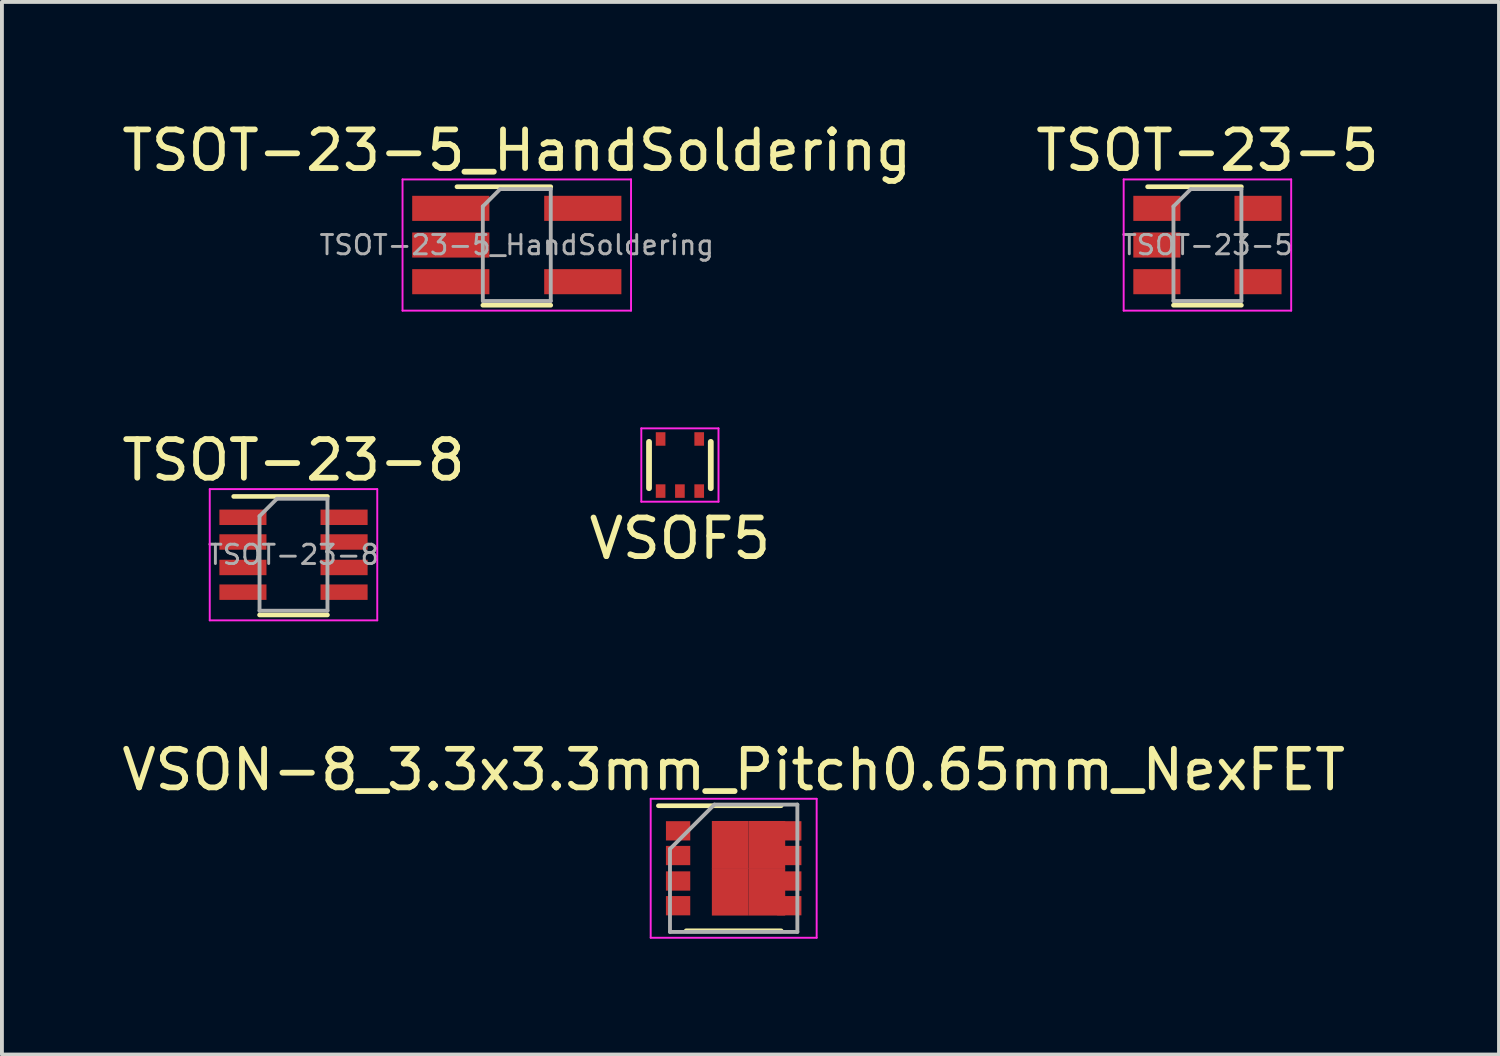
<source format=kicad_pcb>
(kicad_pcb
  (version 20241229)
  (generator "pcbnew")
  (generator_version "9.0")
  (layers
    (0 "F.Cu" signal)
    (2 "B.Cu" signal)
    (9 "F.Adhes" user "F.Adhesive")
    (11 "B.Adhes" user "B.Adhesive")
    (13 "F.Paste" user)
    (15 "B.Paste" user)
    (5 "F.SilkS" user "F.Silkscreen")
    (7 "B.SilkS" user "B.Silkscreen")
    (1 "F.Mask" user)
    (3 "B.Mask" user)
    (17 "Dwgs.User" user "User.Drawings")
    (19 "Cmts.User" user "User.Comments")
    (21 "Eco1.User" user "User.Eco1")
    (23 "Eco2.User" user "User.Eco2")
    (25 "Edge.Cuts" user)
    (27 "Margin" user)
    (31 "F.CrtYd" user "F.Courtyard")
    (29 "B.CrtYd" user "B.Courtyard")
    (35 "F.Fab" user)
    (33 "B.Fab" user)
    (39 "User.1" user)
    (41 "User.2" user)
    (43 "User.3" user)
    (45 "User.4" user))
  (footprint "VSON-8_3.3x3.3mm_Pitch0.65mm_NexFET"
    (layer "F.Cu")
    (at 15.958 19.445)
    (property "Reference" "VSON-8_3.3x3.3mm_Pitch0.65mm_NexFET" (at 0 -2.55 0) (layer "F.SilkS") (effects (font (size 1 1) (thickness 0.15))))
    (attr smd)
    (fp_line (start -1.95 -1.62) (end 1.23 -1.62) (stroke (width 0.12) (type solid)) (layer "F.SilkS"))
    (fp_line (start -1.23 1.62) (end 1.23 1.62) (stroke (width 0.12) (type solid)) (layer "F.SilkS"))
    (fp_line (start -2.15 -1.8) (end -2.15 1.8) (stroke (width 0.05) (type solid)) (layer "F.CrtYd"))
    (fp_line (start -2.15 -1.8) (end 2.15 -1.8) (stroke (width 0.05) (type solid)) (layer "F.CrtYd"))
    (fp_line (start -2.15 1.8) (end 2.15 1.8) (stroke (width 0.05) (type solid)) (layer "F.CrtYd"))
    (fp_line (start 2.15 -1.8) (end 2.15 1.8) (stroke (width 0.05) (type solid)) (layer "F.CrtYd"))
    (fp_line (start -1.65 -0.5) (end -0.5 -1.65) (stroke (width 0.1) (type solid)) (layer "F.Fab"))
    (fp_line (start -1.65 1.65) (end -1.65 -0.5) (stroke (width 0.1) (type solid)) (layer "F.Fab"))
    (fp_line (start -0.5 -1.65) (end 1.65 -1.65) (stroke (width 0.1) (type solid)) (layer "F.Fab"))
    (fp_line (start 1.65 -1.65) (end 1.65 1.65) (stroke (width 0.1) (type solid)) (layer "F.Fab"))
    (fp_line (start 1.65 1.65) (end -1.65 1.65) (stroke (width 0.1) (type solid)) (layer "F.Fab"))
    (pad "1" smd rect (at -1.44 -0.97) (size 0.63 0.5) (layers "F.Cu" "F.Mask" "F.Paste"))
    (pad "2" smd rect (at -1.44 -0.33) (size 0.63 0.5) (layers "F.Cu" "F.Mask" "F.Paste"))
    (pad "3" smd rect (at -1.44 0.33) (size 0.63 0.5) (layers "F.Cu" "F.Mask" "F.Paste"))
    (pad "4" smd rect (at -1.44 0.97) (size 0.63 0.5) (layers "F.Cu" "F.Mask" "F.Paste"))
    (pad "5" smd rect (at -0.09 -0.61) (size 0.95 1.23) (layers "F.Cu" "F.Mask" "F.Paste"))
    (pad "5" smd rect (at -0.09 0.61) (size 0.95 1.23) (layers "F.Cu" "F.Mask" "F.Paste"))
    (pad "5" smd rect (at 0.86 -0.61) (size 0.95 1.23) (layers "F.Cu" "F.Mask" "F.Paste"))
    (pad "5" smd rect (at 0.86 0.61) (size 0.95 1.23) (layers "F.Cu" "F.Mask" "F.Paste"))
    (pad "5" smd rect (at 1.44 -0.97) (size 0.63 0.5) (layers "F.Cu" "F.Mask" "F.Paste"))
    (pad "5" smd rect (at 1.44 -0.33) (size 0.63 0.5) (layers "F.Cu" "F.Mask" "F.Paste"))
    (pad "5" smd rect (at 1.44 0.33) (size 0.63 0.5) (layers "F.Cu" "F.Mask" "F.Paste"))
    (pad "5" smd rect (at 1.44 0.97) (size 0.63 0.5) (layers "F.Cu" "F.Mask" "F.Paste")))
  (footprint "TSOT-23-5"
    (layer "F.Cu")
    (at 28.232 3.298)
    (property "Reference" "TSOT-23-5" (at 0 -2.45 0) (layer "F.SilkS") (effects (font (size 1 1) (thickness 0.15))))
    (attr smd)
    (fp_line (start -0.88 1.56) (end 0.88 1.56) (stroke (width 0.12) (type solid)) (layer "F.SilkS"))
    (fp_line (start 0.88 -1.51) (end -1.55 -1.51) (stroke (width 0.12) (type solid)) (layer "F.SilkS"))
    (fp_line (start -2.17 -1.7) (end -2.17 1.7) (stroke (width 0.05) (type solid)) (layer "F.CrtYd"))
    (fp_line (start -2.17 -1.7) (end 2.17 -1.7) (stroke (width 0.05) (type solid)) (layer "F.CrtYd"))
    (fp_line (start 2.17 1.7) (end -2.17 1.7) (stroke (width 0.05) (type solid)) (layer "F.CrtYd"))
    (fp_line (start 2.17 1.7) (end 2.17 -1.7) (stroke (width 0.05) (type solid)) (layer "F.CrtYd"))
    (fp_line (start -0.88 -1) (end -0.88 1.45) (stroke (width 0.1) (type solid)) (layer "F.Fab"))
    (fp_line (start -0.88 -1) (end -0.43 -1.45) (stroke (width 0.1) (type solid)) (layer "F.Fab"))
    (fp_line (start 0.88 -1.45) (end -0.43 -1.45) (stroke (width 0.1) (type solid)) (layer "F.Fab"))
    (fp_line (start 0.88 -1.45) (end 0.88 1.45) (stroke (width 0.1) (type solid)) (layer "F.Fab"))
    (fp_line (start 0.88 1.45) (end -0.88 1.45) (stroke (width 0.1) (type solid)) (layer "F.Fab"))
    (fp_text user "${REFERENCE}" (at 0 0 0) (layer "F.Fab") (effects (font (size 0.5 0.5) (thickness 0.075))))
    (pad "1" smd rect (at -1.31 -0.95) (size 1.22 0.65) (layers "F.Cu" "F.Mask" "F.Paste"))
    (pad "2" smd rect (at -1.31 0) (size 1.22 0.65) (layers "F.Cu" "F.Mask" "F.Paste"))
    (pad "3" smd rect (at -1.31 0.95) (size 1.22 0.65) (layers "F.Cu" "F.Mask" "F.Paste"))
    (pad "4" smd rect (at 1.31 0.95) (size 1.22 0.65) (layers "F.Cu" "F.Mask" "F.Paste"))
    (pad "5" smd rect (at 1.31 -0.95) (size 1.22 0.65) (layers "F.Cu" "F.Mask" "F.Paste")))
  (footprint "TSOT-23-5_HandSoldering"
    (layer "F.Cu")
    (at 10.339 3.298)
    (property "Reference" "TSOT-23-5_HandSoldering" (at 0 -2.45 0) (layer "F.SilkS") (effects (font (size 1 1) (thickness 0.15))))
    (attr smd)
    (fp_line (start -0.88 1.56) (end 0.88 1.56) (stroke (width 0.12) (type solid)) (layer "F.SilkS"))
    (fp_line (start 0.88 -1.51) (end -1.55 -1.51) (stroke (width 0.12) (type solid)) (layer "F.SilkS"))
    (fp_line (start -2.96 -1.7) (end -2.96 1.7) (stroke (width 0.05) (type solid)) (layer "F.CrtYd"))
    (fp_line (start -2.96 -1.7) (end 2.96 -1.7) (stroke (width 0.05) (type solid)) (layer "F.CrtYd"))
    (fp_line (start 2.96 1.7) (end -2.96 1.7) (stroke (width 0.05) (type solid)) (layer "F.CrtYd"))
    (fp_line (start 2.96 1.7) (end 2.96 -1.7) (stroke (width 0.05) (type solid)) (layer "F.CrtYd"))
    (fp_line (start -0.88 -1) (end -0.88 1.45) (stroke (width 0.1) (type solid)) (layer "F.Fab"))
    (fp_line (start -0.88 -1) (end -0.43 -1.45) (stroke (width 0.1) (type solid)) (layer "F.Fab"))
    (fp_line (start 0.88 -1.45) (end -0.43 -1.45) (stroke (width 0.1) (type solid)) (layer "F.Fab"))
    (fp_line (start 0.88 -1.45) (end 0.88 1.45) (stroke (width 0.1) (type solid)) (layer "F.Fab"))
    (fp_line (start 0.88 1.45) (end -0.88 1.45) (stroke (width 0.1) (type solid)) (layer "F.Fab"))
    (fp_text user "${REFERENCE}" (at 0 0 0) (layer "F.Fab") (effects (font (size 0.5 0.5) (thickness 0.075))))
    (pad "1" smd rect (at -1.71 -0.95) (size 2 0.65) (layers "F.Cu" "F.Mask" "F.Paste"))
    (pad "2" smd rect (at -1.71 0) (size 2 0.65) (layers "F.Cu" "F.Mask" "F.Paste"))
    (pad "3" smd rect (at -1.71 0.95) (size 2 0.65) (layers "F.Cu" "F.Mask" "F.Paste"))
    (pad "4" smd rect (at 1.71 0.95) (size 2 0.65) (layers "F.Cu" "F.Mask" "F.Paste"))
    (pad "5" smd rect (at 1.71 -0.95) (size 2 0.65) (layers "F.Cu" "F.Mask" "F.Paste")))
  (footprint "TSOT-23-8"
    (layer "F.Cu")
    (at 4.554 11.322)
    (property "Reference" "TSOT-23-8" (at 0 -2.45 0) (layer "F.SilkS") (effects (font (size 1 1) (thickness 0.15))))
    (attr smd)
    (fp_line (start -0.88 1.56) (end 0.88 1.56) (stroke (width 0.12) (type solid)) (layer "F.SilkS"))
    (fp_line (start 0.88 -1.51) (end -1.55 -1.51) (stroke (width 0.12) (type solid)) (layer "F.SilkS"))
    (fp_line (start -2.17 -1.7) (end -2.17 1.7) (stroke (width 0.05) (type solid)) (layer "F.CrtYd"))
    (fp_line (start -2.17 -1.7) (end 2.17 -1.7) (stroke (width 0.05) (type solid)) (layer "F.CrtYd"))
    (fp_line (start 2.17 1.7) (end -2.17 1.7) (stroke (width 0.05) (type solid)) (layer "F.CrtYd"))
    (fp_line (start 2.17 1.7) (end 2.17 -1.7) (stroke (width 0.05) (type solid)) (layer "F.CrtYd"))
    (fp_line (start -0.88 -1) (end -0.88 1.45) (stroke (width 0.1) (type solid)) (layer "F.Fab"))
    (fp_line (start -0.88 -1) (end -0.43 -1.45) (stroke (width 0.1) (type solid)) (layer "F.Fab"))
    (fp_line (start 0.88 -1.45) (end -0.43 -1.45) (stroke (width 0.1) (type solid)) (layer "F.Fab"))
    (fp_line (start 0.88 -1.45) (end 0.88 1.45) (stroke (width 0.1) (type solid)) (layer "F.Fab"))
    (fp_line (start 0.88 1.45) (end -0.88 1.45) (stroke (width 0.1) (type solid)) (layer "F.Fab"))
    (fp_text user "${REFERENCE}" (at 0 0 0) (layer "F.Fab") (effects (font (size 0.5 0.5) (thickness 0.075))))
    (pad "1" smd rect (at -1.31 -0.97) (size 1.22 0.4) (layers "F.Cu" "F.Mask" "F.Paste"))
    (pad "2" smd rect (at -1.31 -0.33) (size 1.22 0.4) (layers "F.Cu" "F.Mask" "F.Paste"))
    (pad "3" smd rect (at -1.31 0.33) (size 1.22 0.4) (layers "F.Cu" "F.Mask" "F.Paste"))
    (pad "4" smd rect (at -1.31 0.97) (size 1.22 0.4) (layers "F.Cu" "F.Mask" "F.Paste"))
    (pad "5" smd rect (at 1.31 0.97) (size 1.22 0.4) (layers "F.Cu" "F.Mask" "F.Paste"))
    (pad "6" smd rect (at 1.31 0.33) (size 1.22 0.4) (layers "F.Cu" "F.Mask" "F.Paste"))
    (pad "7" smd rect (at 1.31 -0.33) (size 1.22 0.4) (layers "F.Cu" "F.Mask" "F.Paste"))
    (pad "8" smd rect (at 1.31 -0.97) (size 1.22 0.4) (layers "F.Cu" "F.Mask" "F.Paste")))
  (footprint "VSOF5"
    (layer "F.Cu")
    (at 14.565 8.998)
    (property "Reference" "VSOF5" (at 0 1.905 0) (layer "F.SilkS") (effects (font (size 1 1) (thickness 0.15))))
    (attr smd)
    (fp_line (start -0.8 0.6) (end -0.8 -0.6) (stroke (width 0.15) (type solid)) (layer "F.SilkS"))
    (fp_line (start 0.8 0.6) (end 0.8 -0.6) (stroke (width 0.15) (type solid)) (layer "F.SilkS"))
    (fp_line (start -1 -0.95) (end -1 0.95) (stroke (width 0.05) (type solid)) (layer "F.CrtYd"))
    (fp_line (start -1 0.95) (end 1 0.95) (stroke (width 0.05) (type solid)) (layer "F.CrtYd"))
    (fp_line (start 1 -0.95) (end -1 -0.95) (stroke (width 0.05) (type solid)) (layer "F.CrtYd"))
    (fp_line (start 1 0.95) (end 1 -0.95) (stroke (width 0.05) (type solid)) (layer "F.CrtYd"))
    (pad "1" smd rect (at -0.5 0.675) (size 0.25 0.35) (layers "F.Cu" "F.Mask" "F.Paste"))
    (pad "2" smd rect (at 0 0.675) (size 0.25 0.35) (layers "F.Cu" "F.Mask" "F.Paste"))
    (pad "3" smd rect (at 0.5 0.675) (size 0.25 0.35) (layers "F.Cu" "F.Mask" "F.Paste"))
    (pad "4" smd rect (at 0.5 -0.675) (size 0.25 0.35) (layers "F.Cu" "F.Mask" "F.Paste"))
    (pad "5" smd rect (at -0.5 -0.675) (size 0.25 0.35) (layers "F.Cu" "F.Mask" "F.Paste")))
  (gr_rect
    (start -3 -3)
    (end 35.786 24.27)
    (stroke (width 0.1) (type default))
    (fill no)
    (layer "Edge.Cuts")))
</source>
